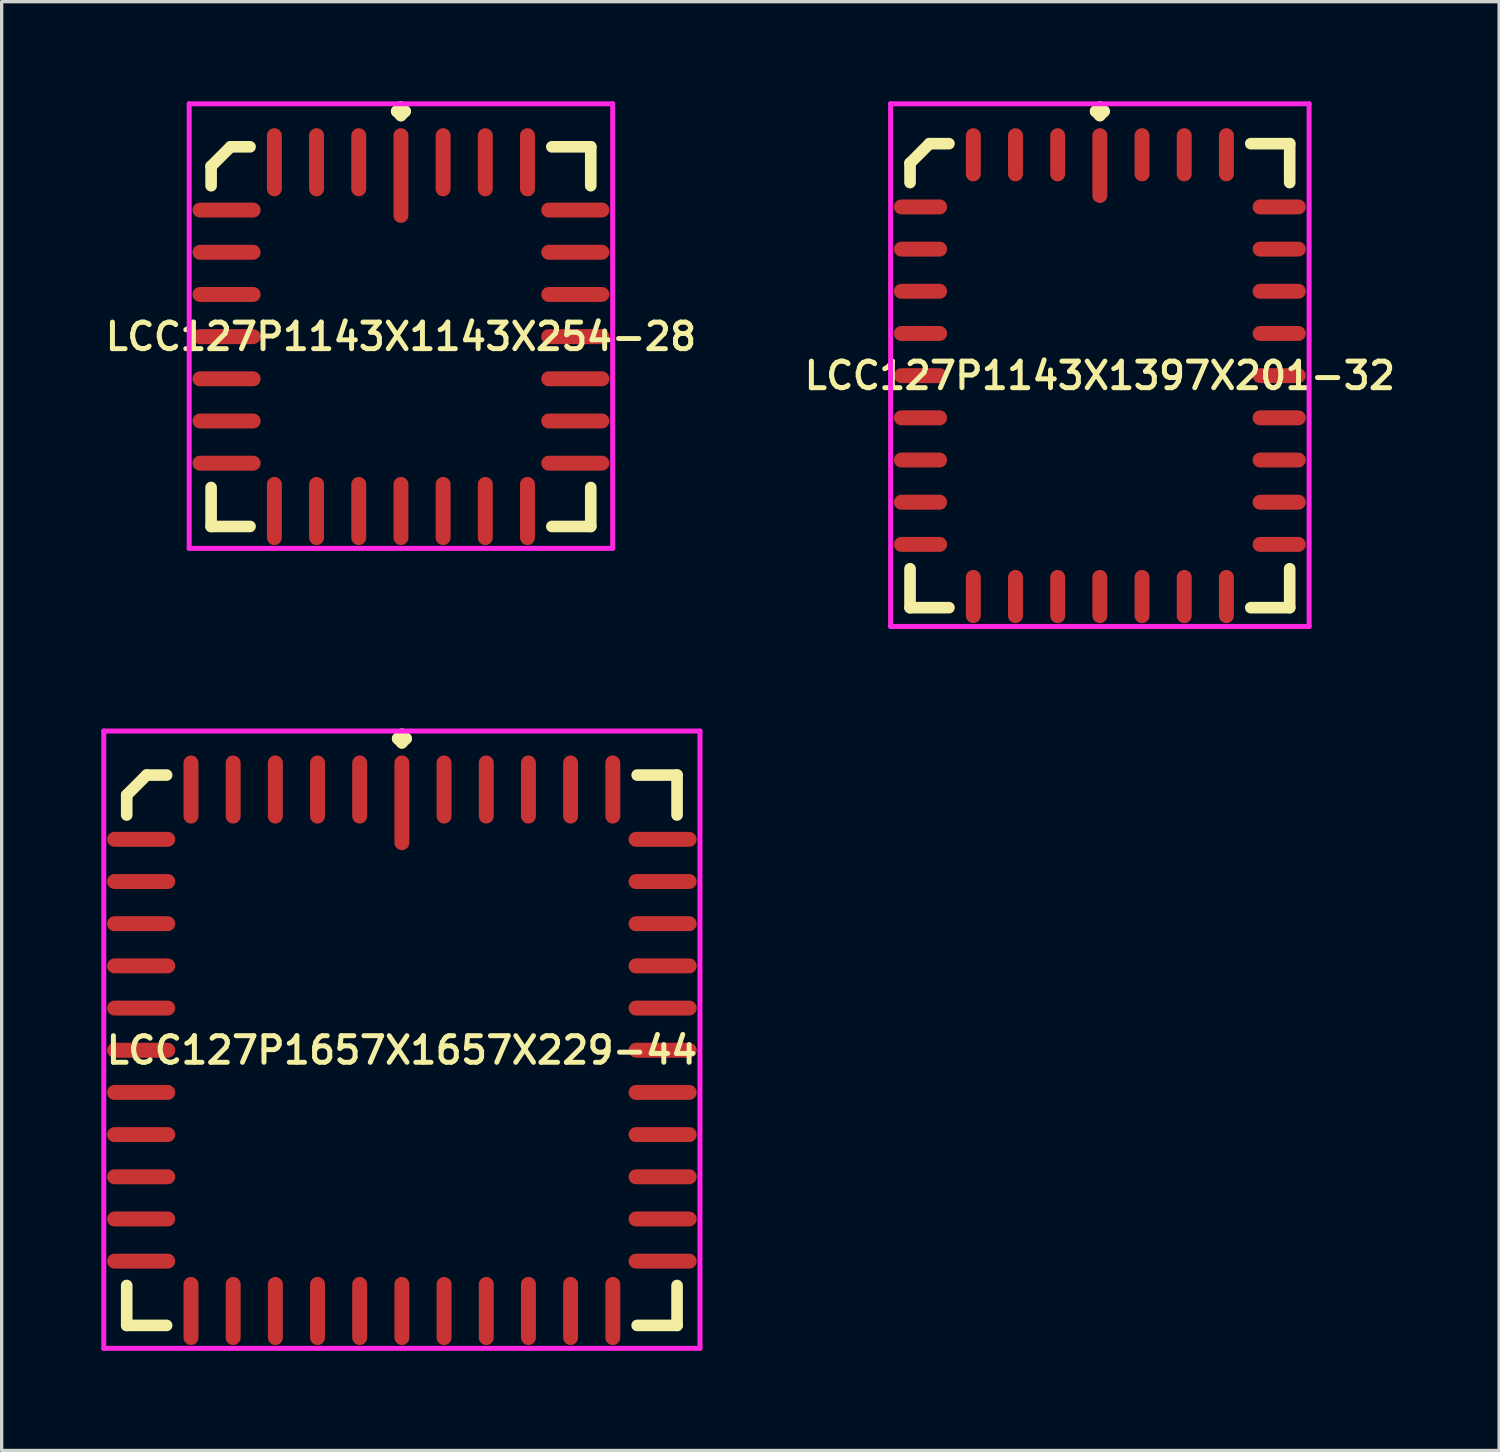
<source format=kicad_pcb>
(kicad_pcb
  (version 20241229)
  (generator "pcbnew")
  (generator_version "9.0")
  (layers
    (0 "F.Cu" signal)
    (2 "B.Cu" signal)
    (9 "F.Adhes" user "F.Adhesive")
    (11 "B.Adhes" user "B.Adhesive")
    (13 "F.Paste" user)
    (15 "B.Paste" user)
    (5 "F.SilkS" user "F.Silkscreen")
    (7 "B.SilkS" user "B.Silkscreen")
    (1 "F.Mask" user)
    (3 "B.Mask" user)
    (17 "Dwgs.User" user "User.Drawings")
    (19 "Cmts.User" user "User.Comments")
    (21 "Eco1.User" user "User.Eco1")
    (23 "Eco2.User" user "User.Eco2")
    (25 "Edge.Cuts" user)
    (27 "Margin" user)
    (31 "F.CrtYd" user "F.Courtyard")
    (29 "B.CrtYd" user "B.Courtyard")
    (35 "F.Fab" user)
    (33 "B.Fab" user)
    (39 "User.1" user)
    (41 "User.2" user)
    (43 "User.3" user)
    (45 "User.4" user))
  (footprint "LCC127P1657X1657X229-44"
    (layer "F.Cu")
    (at 9.05 28.57)
    (property "Reference" "LCC127P1657X1657X229-44" (at 0 0 0) (layer "F.SilkS") (effects (font (size 0.8 0.8) (thickness 0.15))))
    (attr smd)
    (fp_line (start -8.285 -7.684) (end -7.684 -8.285) (stroke (width 0.35) (type solid)) (layer "F.SilkS"))
    (fp_line (start -8.285 -7.083) (end -8.285 -7.684) (stroke (width 0.35) (type solid)) (layer "F.SilkS"))
    (fp_line (start -8.285 7.083) (end -8.285 8.285) (stroke (width 0.35) (type solid)) (layer "F.SilkS"))
    (fp_line (start -8.285 8.285) (end -7.083 8.285) (stroke (width 0.35) (type solid)) (layer "F.SilkS"))
    (fp_line (start -7.684 -8.285) (end -7.083 -8.285) (stroke (width 0.35) (type solid)) (layer "F.SilkS"))
    (fp_line (start -0.127 -9.383) (end 0 -9.51) (stroke (width 0.35) (type solid)) (layer "F.SilkS"))
    (fp_line (start 0 -9.51) (end 0.127 -9.383) (stroke (width 0.35) (type solid)) (layer "F.SilkS"))
    (fp_line (start 0 -9.256) (end -0.127 -9.383) (stroke (width 0.35) (type solid)) (layer "F.SilkS"))
    (fp_line (start 0.127 -9.383) (end 0 -9.256) (stroke (width 0.35) (type solid)) (layer "F.SilkS"))
    (fp_line (start 8.285 -8.285) (end 7.083 -8.285) (stroke (width 0.35) (type solid)) (layer "F.SilkS"))
    (fp_line (start 8.285 -7.083) (end 8.285 -8.285) (stroke (width 0.35) (type solid)) (layer "F.SilkS"))
    (fp_line (start 8.285 7.083) (end 8.285 8.285) (stroke (width 0.35) (type solid)) (layer "F.SilkS"))
    (fp_line (start 8.285 8.285) (end 7.083 8.285) (stroke (width 0.35) (type solid)) (layer "F.SilkS"))
    (fp_line (start -8.975 -9.61) (end 8.975 -9.61) (stroke (width 0.15) (type solid)) (layer "F.CrtYd"))
    (fp_line (start -8.975 8.975) (end -8.975 -9.61) (stroke (width 0.15) (type solid)) (layer "F.CrtYd"))
    (fp_line (start 8.975 -9.61) (end 8.975 8.975) (stroke (width 0.15) (type solid)) (layer "F.CrtYd"))
    (fp_line (start 8.975 8.975) (end -8.975 8.975) (stroke (width 0.15) (type solid)) (layer "F.CrtYd"))
    (pad "1" smd oval (at 0 -7.45) (size 0.45 2.85) (layers "F.Cu" "F.Mask" "F.Paste"))
    (pad "2" smd oval (at -1.27 -7.85) (size 0.45 2.05) (layers "F.Cu" "F.Mask" "F.Paste"))
    (pad "3" smd oval (at -2.54 -7.85) (size 0.45 2.05) (layers "F.Cu" "F.Mask" "F.Paste"))
    (pad "4" smd oval (at -3.81 -7.85) (size 0.45 2.05) (layers "F.Cu" "F.Mask" "F.Paste"))
    (pad "5" smd oval (at -5.08 -7.85) (size 0.45 2.05) (layers "F.Cu" "F.Mask" "F.Paste"))
    (pad "6" smd oval (at -6.35 -7.85) (size 0.45 2.05) (layers "F.Cu" "F.Mask" "F.Paste"))
    (pad "7" smd oval (at -7.85 -6.35) (size 2.05 0.45) (layers "F.Cu" "F.Mask" "F.Paste"))
    (pad "8" smd oval (at -7.85 -5.08) (size 2.05 0.45) (layers "F.Cu" "F.Mask" "F.Paste"))
    (pad "9" smd oval (at -7.85 -3.81) (size 2.05 0.45) (layers "F.Cu" "F.Mask" "F.Paste"))
    (pad "10" smd oval (at -7.85 -2.54) (size 2.05 0.45) (layers "F.Cu" "F.Mask" "F.Paste"))
    (pad "11" smd oval (at -7.85 -1.27) (size 2.05 0.45) (layers "F.Cu" "F.Mask" "F.Paste"))
    (pad "12" smd oval (at -7.85 0) (size 2.05 0.45) (layers "F.Cu" "F.Mask" "F.Paste"))
    (pad "13" smd oval (at -7.85 1.27) (size 2.05 0.45) (layers "F.Cu" "F.Mask" "F.Paste"))
    (pad "14" smd oval (at -7.85 2.54) (size 2.05 0.45) (layers "F.Cu" "F.Mask" "F.Paste"))
    (pad "15" smd oval (at -7.85 3.81) (size 2.05 0.45) (layers "F.Cu" "F.Mask" "F.Paste"))
    (pad "16" smd oval (at -7.85 5.08) (size 2.05 0.45) (layers "F.Cu" "F.Mask" "F.Paste"))
    (pad "17" smd oval (at -7.85 6.35) (size 2.05 0.45) (layers "F.Cu" "F.Mask" "F.Paste"))
    (pad "18" smd oval (at -6.35 7.85) (size 0.45 2.05) (layers "F.Cu" "F.Mask" "F.Paste"))
    (pad "19" smd oval (at -5.08 7.85) (size 0.45 2.05) (layers "F.Cu" "F.Mask" "F.Paste"))
    (pad "20" smd oval (at -3.81 7.85) (size 0.45 2.05) (layers "F.Cu" "F.Mask" "F.Paste"))
    (pad "21" smd oval (at -2.54 7.85) (size 0.45 2.05) (layers "F.Cu" "F.Mask" "F.Paste"))
    (pad "22" smd oval (at -1.27 7.85) (size 0.45 2.05) (layers "F.Cu" "F.Mask" "F.Paste"))
    (pad "23" smd oval (at 0 7.85) (size 0.45 2.05) (layers "F.Cu" "F.Mask" "F.Paste"))
    (pad "24" smd oval (at 1.27 7.85) (size 0.45 2.05) (layers "F.Cu" "F.Mask" "F.Paste"))
    (pad "25" smd oval (at 2.54 7.85) (size 0.45 2.05) (layers "F.Cu" "F.Mask" "F.Paste"))
    (pad "26" smd oval (at 3.81 7.85) (size 0.45 2.05) (layers "F.Cu" "F.Mask" "F.Paste"))
    (pad "27" smd oval (at 5.08 7.85) (size 0.45 2.05) (layers "F.Cu" "F.Mask" "F.Paste"))
    (pad "28" smd oval (at 6.35 7.85) (size 0.45 2.05) (layers "F.Cu" "F.Mask" "F.Paste"))
    (pad "29" smd oval (at 7.85 6.35) (size 2.05 0.45) (layers "F.Cu" "F.Mask" "F.Paste"))
    (pad "30" smd oval (at 7.85 5.08) (size 2.05 0.45) (layers "F.Cu" "F.Mask" "F.Paste"))
    (pad "31" smd oval (at 7.85 3.81) (size 2.05 0.45) (layers "F.Cu" "F.Mask" "F.Paste"))
    (pad "32" smd oval (at 7.85 2.54) (size 2.05 0.45) (layers "F.Cu" "F.Mask" "F.Paste"))
    (pad "33" smd oval (at 7.85 1.27) (size 2.05 0.45) (layers "F.Cu" "F.Mask" "F.Paste"))
    (pad "34" smd oval (at 7.85 0) (size 2.05 0.45) (layers "F.Cu" "F.Mask" "F.Paste"))
    (pad "35" smd oval (at 7.85 -1.27) (size 2.05 0.45) (layers "F.Cu" "F.Mask" "F.Paste"))
    (pad "36" smd oval (at 7.85 -2.54) (size 2.05 0.45) (layers "F.Cu" "F.Mask" "F.Paste"))
    (pad "37" smd oval (at 7.85 -3.81) (size 2.05 0.45) (layers "F.Cu" "F.Mask" "F.Paste"))
    (pad "38" smd oval (at 7.85 -5.08) (size 2.05 0.45) (layers "F.Cu" "F.Mask" "F.Paste"))
    (pad "39" smd oval (at 7.85 -6.35) (size 2.05 0.45) (layers "F.Cu" "F.Mask" "F.Paste"))
    (pad "40" smd oval (at 6.35 -7.85) (size 0.45 2.05) (layers "F.Cu" "F.Mask" "F.Paste"))
    (pad "41" smd oval (at 5.08 -7.85) (size 0.45 2.05) (layers "F.Cu" "F.Mask" "F.Paste"))
    (pad "42" smd oval (at 3.81 -7.85) (size 0.45 2.05) (layers "F.Cu" "F.Mask" "F.Paste"))
    (pad "43" smd oval (at 2.54 -7.85) (size 0.45 2.05) (layers "F.Cu" "F.Mask" "F.Paste"))
    (pad "44" smd oval (at 1.27 -7.85) (size 0.45 2.05) (layers "F.Cu" "F.Mask" "F.Paste")))
  (footprint "LCC127P1143X1397X201-32"
    (layer "F.Cu")
    (at 30.064 8.26)
    (property "Reference" "LCC127P1143X1397X201-32" (at 0 0 0) (layer "F.SilkS") (effects (font (size 0.8 0.8) (thickness 0.15))))
    (attr smd)
    (fp_line (start -5.715 -6.399) (end -5.129 -6.985) (stroke (width 0.35) (type solid)) (layer "F.SilkS"))
    (fp_line (start -5.715 -5.813) (end -5.715 -6.399) (stroke (width 0.35) (type solid)) (layer "F.SilkS"))
    (fp_line (start -5.715 5.813) (end -5.715 6.985) (stroke (width 0.35) (type solid)) (layer "F.SilkS"))
    (fp_line (start -5.715 6.985) (end -4.543 6.985) (stroke (width 0.35) (type solid)) (layer "F.SilkS"))
    (fp_line (start -5.129 -6.985) (end -4.543 -6.985) (stroke (width 0.35) (type solid)) (layer "F.SilkS"))
    (fp_line (start -0.127 -7.958) (end 0 -8.085) (stroke (width 0.35) (type solid)) (layer "F.SilkS"))
    (fp_line (start 0 -8.085) (end 0.127 -7.958) (stroke (width 0.35) (type solid)) (layer "F.SilkS"))
    (fp_line (start 0 -7.831) (end -0.127 -7.958) (stroke (width 0.35) (type solid)) (layer "F.SilkS"))
    (fp_line (start 0.127 -7.958) (end 0 -7.831) (stroke (width 0.35) (type solid)) (layer "F.SilkS"))
    (fp_line (start 5.715 -6.985) (end 4.543 -6.985) (stroke (width 0.35) (type solid)) (layer "F.SilkS"))
    (fp_line (start 5.715 -5.813) (end 5.715 -6.985) (stroke (width 0.35) (type solid)) (layer "F.SilkS"))
    (fp_line (start 5.715 5.813) (end 5.715 6.985) (stroke (width 0.35) (type solid)) (layer "F.SilkS"))
    (fp_line (start 5.715 6.985) (end 4.543 6.985) (stroke (width 0.35) (type solid)) (layer "F.SilkS"))
    (fp_line (start -6.3 -8.185) (end 6.3 -8.185) (stroke (width 0.15) (type solid)) (layer "F.CrtYd"))
    (fp_line (start -6.3 7.55) (end -6.3 -8.185) (stroke (width 0.15) (type solid)) (layer "F.CrtYd"))
    (fp_line (start 6.3 -8.185) (end 6.3 7.55) (stroke (width 0.15) (type solid)) (layer "F.CrtYd"))
    (fp_line (start 6.3 7.55) (end -6.3 7.55) (stroke (width 0.15) (type solid)) (layer "F.CrtYd"))
    (pad "1" smd oval (at 0 -6.325) (size 0.45 2.25) (layers "F.Cu" "F.Mask" "F.Paste"))
    (pad "2" smd oval (at -1.27 -6.65) (size 0.45 1.6) (layers "F.Cu" "F.Mask" "F.Paste"))
    (pad "3" smd oval (at -2.54 -6.65) (size 0.45 1.6) (layers "F.Cu" "F.Mask" "F.Paste"))
    (pad "4" smd oval (at -3.81 -6.65) (size 0.45 1.6) (layers "F.Cu" "F.Mask" "F.Paste"))
    (pad "5" smd oval (at -5.4 -5.08) (size 1.6 0.45) (layers "F.Cu" "F.Mask" "F.Paste"))
    (pad "6" smd oval (at -5.4 -3.81) (size 1.6 0.45) (layers "F.Cu" "F.Mask" "F.Paste"))
    (pad "7" smd oval (at -5.4 -2.54) (size 1.6 0.45) (layers "F.Cu" "F.Mask" "F.Paste"))
    (pad "8" smd oval (at -5.4 -1.27) (size 1.6 0.45) (layers "F.Cu" "F.Mask" "F.Paste"))
    (pad "9" smd oval (at -5.4 0) (size 1.6 0.45) (layers "F.Cu" "F.Mask" "F.Paste"))
    (pad "10" smd oval (at -5.4 1.27) (size 1.6 0.45) (layers "F.Cu" "F.Mask" "F.Paste"))
    (pad "11" smd oval (at -5.4 2.54) (size 1.6 0.45) (layers "F.Cu" "F.Mask" "F.Paste"))
    (pad "12" smd oval (at -5.4 3.81) (size 1.6 0.45) (layers "F.Cu" "F.Mask" "F.Paste"))
    (pad "13" smd oval (at -5.4 5.08) (size 1.6 0.45) (layers "F.Cu" "F.Mask" "F.Paste"))
    (pad "14" smd oval (at -3.81 6.65) (size 0.45 1.6) (layers "F.Cu" "F.Mask" "F.Paste"))
    (pad "15" smd oval (at -2.54 6.65) (size 0.45 1.6) (layers "F.Cu" "F.Mask" "F.Paste"))
    (pad "16" smd oval (at -1.27 6.65) (size 0.45 1.6) (layers "F.Cu" "F.Mask" "F.Paste"))
    (pad "17" smd oval (at 0 6.65) (size 0.45 1.6) (layers "F.Cu" "F.Mask" "F.Paste"))
    (pad "18" smd oval (at 1.27 6.65) (size 0.45 1.6) (layers "F.Cu" "F.Mask" "F.Paste"))
    (pad "19" smd oval (at 2.54 6.65) (size 0.45 1.6) (layers "F.Cu" "F.Mask" "F.Paste"))
    (pad "20" smd oval (at 3.81 6.65) (size 0.45 1.6) (layers "F.Cu" "F.Mask" "F.Paste"))
    (pad "21" smd oval (at 5.4 5.08) (size 1.6 0.45) (layers "F.Cu" "F.Mask" "F.Paste"))
    (pad "22" smd oval (at 5.4 3.81) (size 1.6 0.45) (layers "F.Cu" "F.Mask" "F.Paste"))
    (pad "23" smd oval (at 5.4 2.54) (size 1.6 0.45) (layers "F.Cu" "F.Mask" "F.Paste"))
    (pad "24" smd oval (at 5.4 1.27) (size 1.6 0.45) (layers "F.Cu" "F.Mask" "F.Paste"))
    (pad "25" smd oval (at 5.4 0) (size 1.6 0.45) (layers "F.Cu" "F.Mask" "F.Paste"))
    (pad "26" smd oval (at 5.4 -1.27) (size 1.6 0.45) (layers "F.Cu" "F.Mask" "F.Paste"))
    (pad "27" smd oval (at 5.4 -2.54) (size 1.6 0.45) (layers "F.Cu" "F.Mask" "F.Paste"))
    (pad "28" smd oval (at 5.4 -3.81) (size 1.6 0.45) (layers "F.Cu" "F.Mask" "F.Paste"))
    (pad "29" smd oval (at 5.4 -5.08) (size 1.6 0.45) (layers "F.Cu" "F.Mask" "F.Paste"))
    (pad "30" smd oval (at 3.81 -6.65) (size 0.45 1.6) (layers "F.Cu" "F.Mask" "F.Paste"))
    (pad "31" smd oval (at 2.54 -6.65) (size 0.45 1.6) (layers "F.Cu" "F.Mask" "F.Paste"))
    (pad "32" smd oval (at 1.27 -6.65) (size 0.45 1.6) (layers "F.Cu" "F.Mask" "F.Paste")))
  (footprint "LCC127P1143X1143X254-28"
    (layer "F.Cu")
    (at 9.021 7.085)
    (property "Reference" "LCC127P1143X1143X254-28" (at 0 0 0) (layer "F.SilkS") (effects (font (size 0.8 0.8) (thickness 0.15))))
    (attr smd)
    (fp_line (start -5.715 -5.129) (end -5.129 -5.715) (stroke (width 0.35) (type solid)) (layer "F.SilkS"))
    (fp_line (start -5.715 -4.543) (end -5.715 -5.129) (stroke (width 0.35) (type solid)) (layer "F.SilkS"))
    (fp_line (start -5.715 4.543) (end -5.715 5.715) (stroke (width 0.35) (type solid)) (layer "F.SilkS"))
    (fp_line (start -5.715 5.715) (end -4.543 5.715) (stroke (width 0.35) (type solid)) (layer "F.SilkS"))
    (fp_line (start -5.129 -5.715) (end -4.543 -5.715) (stroke (width 0.35) (type solid)) (layer "F.SilkS"))
    (fp_line (start -0.127 -6.783) (end 0 -6.91) (stroke (width 0.35) (type solid)) (layer "F.SilkS"))
    (fp_line (start 0 -6.91) (end 0.127 -6.783) (stroke (width 0.35) (type solid)) (layer "F.SilkS"))
    (fp_line (start 0 -6.656) (end -0.127 -6.783) (stroke (width 0.35) (type solid)) (layer "F.SilkS"))
    (fp_line (start 0.127 -6.783) (end 0 -6.656) (stroke (width 0.35) (type solid)) (layer "F.SilkS"))
    (fp_line (start 5.715 -5.715) (end 4.543 -5.715) (stroke (width 0.35) (type solid)) (layer "F.SilkS"))
    (fp_line (start 5.715 -4.543) (end 5.715 -5.715) (stroke (width 0.35) (type solid)) (layer "F.SilkS"))
    (fp_line (start 5.715 4.543) (end 5.715 5.715) (stroke (width 0.35) (type solid)) (layer "F.SilkS"))
    (fp_line (start 5.715 5.715) (end 4.543 5.715) (stroke (width 0.35) (type solid)) (layer "F.SilkS"))
    (fp_line (start -6.375 -7.01) (end 6.375 -7.01) (stroke (width 0.15) (type solid)) (layer "F.CrtYd"))
    (fp_line (start -6.375 6.375) (end -6.375 -7.01) (stroke (width 0.15) (type solid)) (layer "F.CrtYd"))
    (fp_line (start 6.375 -7.01) (end 6.375 6.375) (stroke (width 0.15) (type solid)) (layer "F.CrtYd"))
    (fp_line (start 6.375 6.375) (end -6.375 6.375) (stroke (width 0.15) (type solid)) (layer "F.CrtYd"))
    (pad "1" smd oval (at 0 -4.85) (size 0.45 2.85) (layers "F.Cu" "F.Mask" "F.Paste"))
    (pad "2" smd oval (at -1.27 -5.25) (size 0.45 2.05) (layers "F.Cu" "F.Mask" "F.Paste"))
    (pad "3" smd oval (at -2.54 -5.25) (size 0.45 2.05) (layers "F.Cu" "F.Mask" "F.Paste"))
    (pad "4" smd oval (at -3.81 -5.25) (size 0.45 2.05) (layers "F.Cu" "F.Mask" "F.Paste"))
    (pad "5" smd oval (at -5.25 -3.81) (size 2.05 0.45) (layers "F.Cu" "F.Mask" "F.Paste"))
    (pad "6" smd oval (at -5.25 -2.54) (size 2.05 0.45) (layers "F.Cu" "F.Mask" "F.Paste"))
    (pad "7" smd oval (at -5.25 -1.27) (size 2.05 0.45) (layers "F.Cu" "F.Mask" "F.Paste"))
    (pad "8" smd oval (at -5.25 0) (size 2.05 0.45) (layers "F.Cu" "F.Mask" "F.Paste"))
    (pad "9" smd oval (at -5.25 1.27) (size 2.05 0.45) (layers "F.Cu" "F.Mask" "F.Paste"))
    (pad "10" smd oval (at -5.25 2.54) (size 2.05 0.45) (layers "F.Cu" "F.Mask" "F.Paste"))
    (pad "11" smd oval (at -5.25 3.81) (size 2.05 0.45) (layers "F.Cu" "F.Mask" "F.Paste"))
    (pad "12" smd oval (at -3.81 5.25) (size 0.45 2.05) (layers "F.Cu" "F.Mask" "F.Paste"))
    (pad "13" smd oval (at -2.54 5.25) (size 0.45 2.05) (layers "F.Cu" "F.Mask" "F.Paste"))
    (pad "14" smd oval (at -1.27 5.25) (size 0.45 2.05) (layers "F.Cu" "F.Mask" "F.Paste"))
    (pad "15" smd oval (at 0 5.25) (size 0.45 2.05) (layers "F.Cu" "F.Mask" "F.Paste"))
    (pad "16" smd oval (at 1.27 5.25) (size 0.45 2.05) (layers "F.Cu" "F.Mask" "F.Paste"))
    (pad "17" smd oval (at 2.54 5.25) (size 0.45 2.05) (layers "F.Cu" "F.Mask" "F.Paste"))
    (pad "18" smd oval (at 3.81 5.25) (size 0.45 2.05) (layers "F.Cu" "F.Mask" "F.Paste"))
    (pad "19" smd oval (at 5.25 3.81) (size 2.05 0.45) (layers "F.Cu" "F.Mask" "F.Paste"))
    (pad "20" smd oval (at 5.25 2.54) (size 2.05 0.45) (layers "F.Cu" "F.Mask" "F.Paste"))
    (pad "21" smd oval (at 5.25 1.27) (size 2.05 0.45) (layers "F.Cu" "F.Mask" "F.Paste"))
    (pad "22" smd oval (at 5.25 0) (size 2.05 0.45) (layers "F.Cu" "F.Mask" "F.Paste"))
    (pad "23" smd oval (at 5.25 -1.27) (size 2.05 0.45) (layers "F.Cu" "F.Mask" "F.Paste"))
    (pad "24" smd oval (at 5.25 -2.54) (size 2.05 0.45) (layers "F.Cu" "F.Mask" "F.Paste"))
    (pad "25" smd oval (at 5.25 -3.81) (size 2.05 0.45) (layers "F.Cu" "F.Mask" "F.Paste"))
    (pad "26" smd oval (at 3.81 -5.25) (size 0.45 2.05) (layers "F.Cu" "F.Mask" "F.Paste"))
    (pad "27" smd oval (at 2.54 -5.25) (size 0.45 2.05) (layers "F.Cu" "F.Mask" "F.Paste"))
    (pad "28" smd oval (at 1.27 -5.25) (size 0.45 2.05) (layers "F.Cu" "F.Mask" "F.Paste")))
  (gr_rect
    (start -3 -3)
    (end 42.085 40.62)
    (stroke (width 0.1) (type default))
    (fill no)
    (layer "Edge.Cuts")))
</source>
